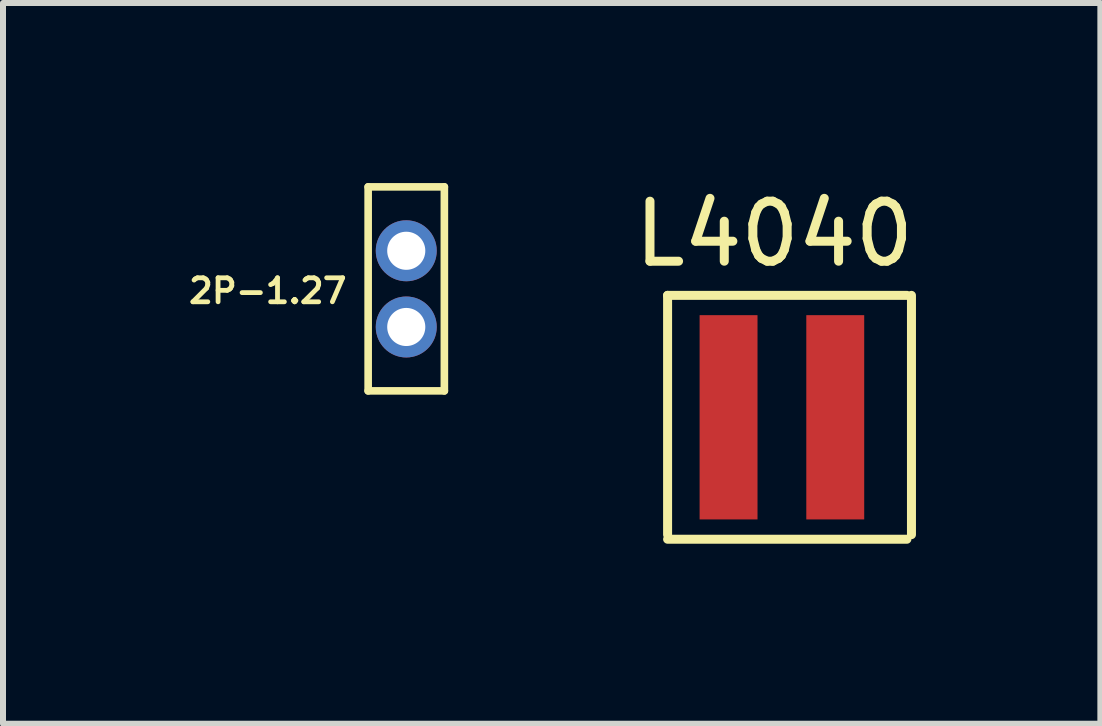
<source format=kicad_pcb>
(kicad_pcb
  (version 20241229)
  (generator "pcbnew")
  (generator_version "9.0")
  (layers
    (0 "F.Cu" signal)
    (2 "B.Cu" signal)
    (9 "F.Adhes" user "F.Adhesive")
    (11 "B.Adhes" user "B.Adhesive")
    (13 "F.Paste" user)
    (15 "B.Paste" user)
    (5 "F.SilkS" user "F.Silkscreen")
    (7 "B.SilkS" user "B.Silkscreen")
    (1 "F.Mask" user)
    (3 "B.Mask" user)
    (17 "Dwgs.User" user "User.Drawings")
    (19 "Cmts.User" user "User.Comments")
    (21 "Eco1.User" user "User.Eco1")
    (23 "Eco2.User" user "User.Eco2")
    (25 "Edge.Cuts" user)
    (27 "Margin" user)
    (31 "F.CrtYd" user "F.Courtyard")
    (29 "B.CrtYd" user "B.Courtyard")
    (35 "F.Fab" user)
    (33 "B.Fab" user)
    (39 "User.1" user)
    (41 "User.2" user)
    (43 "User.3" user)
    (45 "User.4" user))
  (footprint "2P-1.27"
    (layer "F.Cu")
    (at 3.72 1.764)
    (property "Reference" "2P-1.27" (at -0.95 -0.2 180) (layer "F.SilkS") (effects (font (size 0.4 0.4) (thickness 0.08)) (justify right top)))
    (attr through_hole)
    (fp_line (start -0.635 -1.7) (end 0.635 -1.7) (stroke (width 0.127) (type solid)) (layer "F.SilkS"))
    (fp_line (start -0.635 1.7) (end -0.635 -1.7) (stroke (width 0.127) (type solid)) (layer "F.SilkS"))
    (fp_line (start 0.635 -1.7) (end 0.635 1.7) (stroke (width 0.127) (type solid)) (layer "F.SilkS"))
    (fp_line (start 0.635 1.7) (end -0.635 1.7) (stroke (width 0.127) (type solid)) (layer "F.SilkS"))
    (pad "1" thru_hole circle (at 0 -0.635) (size 1.016 1.016) (drill 0.635) (layers "*.Cu" "*.Mask"))
    (pad "2" thru_hole circle (at 0 0.635) (size 1.016 1.016) (drill 0.635) (layers "*.Cu" "*.Mask")))
  (footprint "L4040"
    (layer "F.Cu")
    (at 9.853 0.348)
    (property "Reference" "L4040" (at 0 0.5 0) (layer "F.SilkS") (effects (font (size 1 1) (thickness 0.15))))
    (attr through_hole)
    (fp_line (start -1.778 1.524) (end -1.778 5.512) (stroke (width 0.15) (type solid)) (layer "F.SilkS"))
    (fp_line (start -1.778 1.524) (end 2.21 1.524) (stroke (width 0.15) (type solid)) (layer "F.SilkS"))
    (fp_line (start -1.778 5.588) (end 2.21 5.588) (stroke (width 0.15) (type solid)) (layer "F.SilkS"))
    (fp_line (start 2.286 1.524) (end 2.286 5.512) (stroke (width 0.15) (type solid)) (layer "F.SilkS"))
    (pad "1" smd rect (at -0.762 3.556) (size 0.965 3.404) (layers "F.Cu" "F.Mask" "F.Paste"))
    (pad "2" smd rect (at 1.016 3.556) (size 0.965 3.404) (layers "F.Cu" "F.Mask" "F.Paste")))
  (gr_rect
    (start -3 -3)
    (end 15.287 9.011)
    (stroke (width 0.1) (type default))
    (fill no)
    (layer "Edge.Cuts")))
</source>
